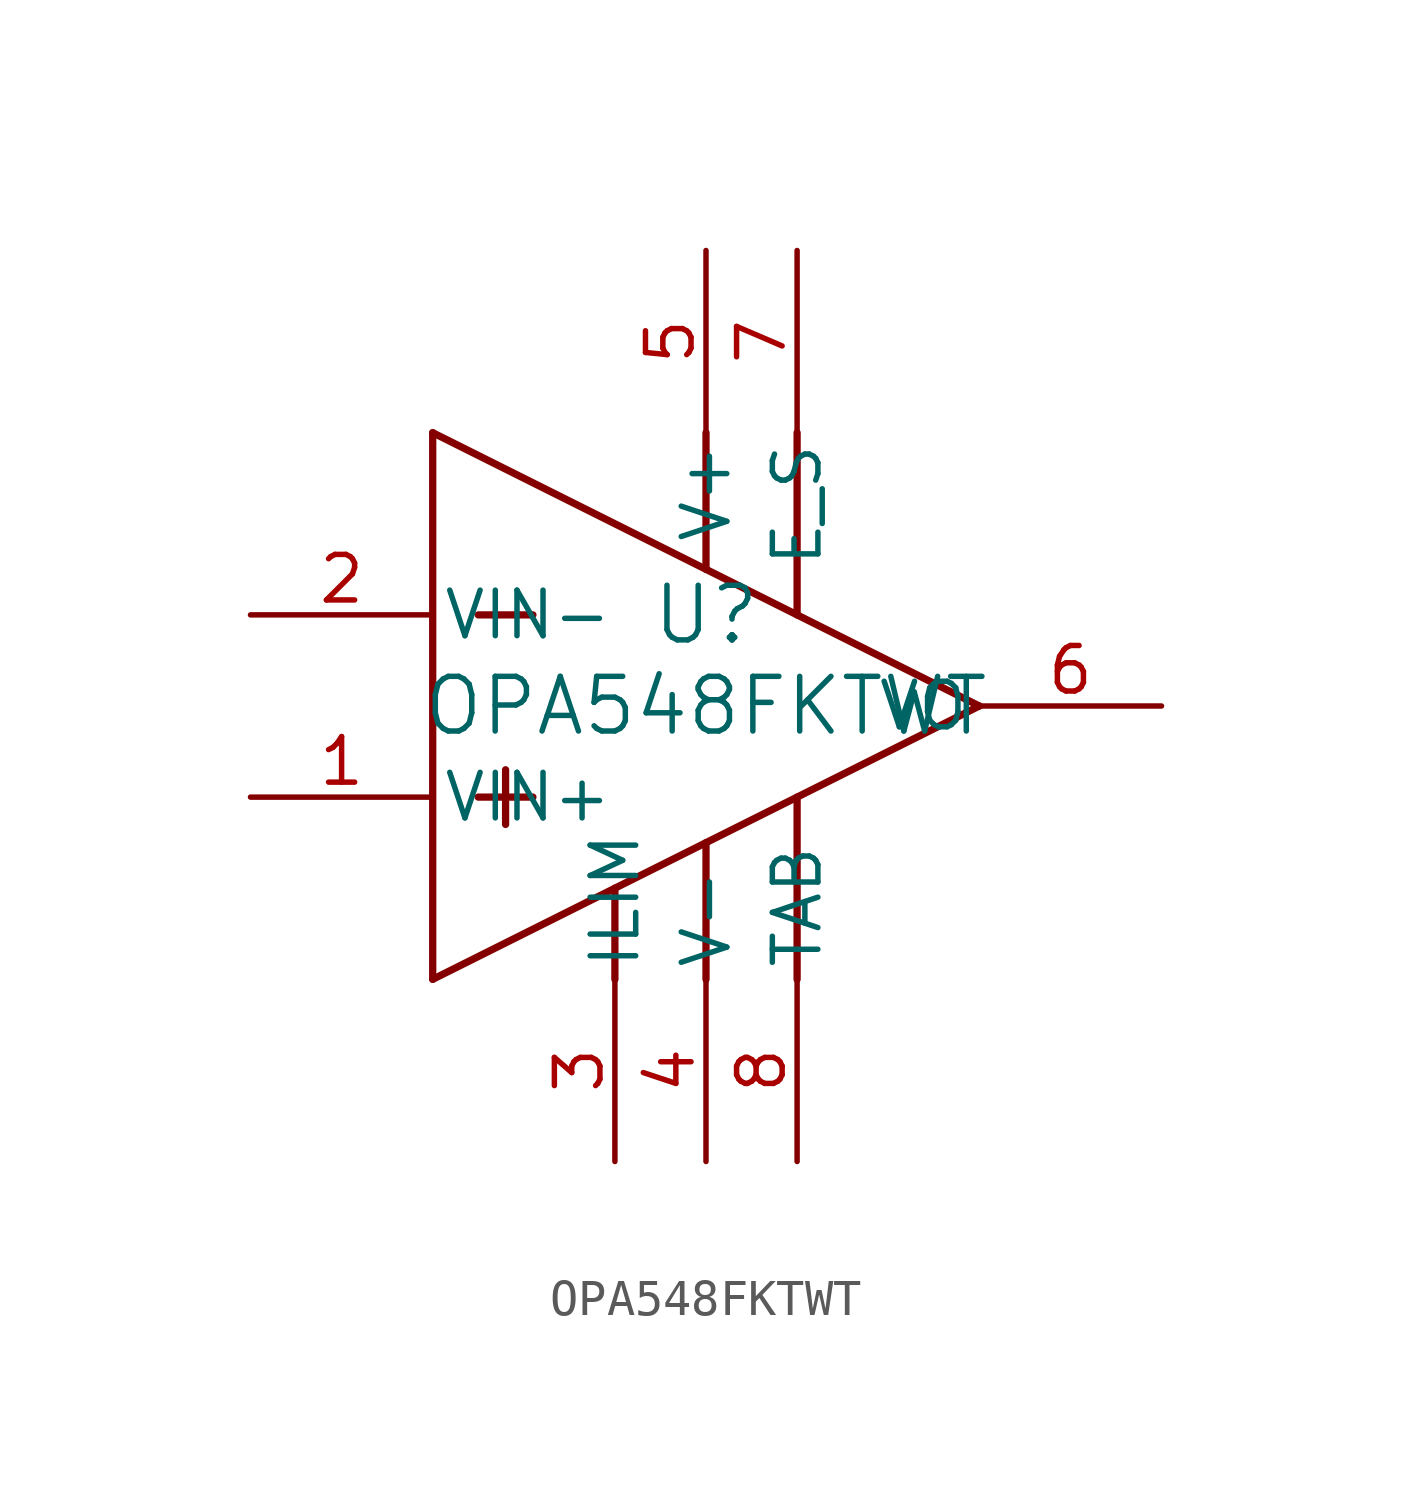
<source format=kicad_sym>
(kicad_symbol_lib
  (version 20220914)
  (generator kicad_symbol_editor)
  (symbol "OPA548FKTWT"
    (pin_names
      (offset 0.254))
    (property "Reference" "U"
      (at 0 2.54 0)
      (effects (font (size 1.524 1.524))))
    (property "Value" "OPA548FKTWT"
      (at 0 0 0)
      (effects (font (size 1.524 1.524))))
    (property "ki_locked" ""
      (at 0 0 0)
      (effects (font (size 1.27 1.27))))
    (symbol "OPA548FKTWT_0_1"
      (polyline (pts (xy -7.62 -7.62) (xy -7.62 7.62)) (stroke (width 0.203) (type default)) (fill (type none)))
      (polyline (pts (xy -7.62 7.62) (xy 7.62 0)) (stroke (width 0.203) (type default)) (fill (type none)))
      (polyline (pts (xy -6.35 -2.54) (xy -4.826 -2.54)) (stroke (width 0.203) (type default)) (fill (type none)))
      (polyline (pts (xy -6.35 2.54) (xy -4.826 2.54)) (stroke (width 0.203) (type default)) (fill (type none)))
      (polyline (pts (xy -5.588 -1.778) (xy -5.588 -3.302)) (stroke (width 0.203) (type default)) (fill (type none)))
      (polyline (pts (xy -2.54 -5.08) (xy -2.54 -7.62)) (stroke (width 0.203) (type default)) (fill (type none)))
      (polyline (pts (xy 0 -3.81) (xy 0 -7.62)) (stroke (width 0.203) (type default)) (fill (type none)))
      (polyline (pts (xy 0 7.62) (xy 0 3.81)) (stroke (width 0.203) (type default)) (fill (type none)))
      (polyline (pts (xy 2.54 -2.54) (xy 2.54 -7.62)) (stroke (width 0.203) (type default)) (fill (type none)))
      (polyline (pts (xy 2.54 7.62) (xy 2.54 2.54)) (stroke (width 0.203) (type default)) (fill (type none)))
      (polyline (pts (xy 7.62 0) (xy -7.62 -7.62)) (stroke (width 0.203) (type default)) (fill (type none)))
      (pin input line (at -12.7 -2.54 0) (length 5.08) (name "VIN+" (effects (font (size 1.27 1.27)))) (number "1" (effects (font (size 1.27 1.27)))))
      (pin input line (at -12.7 2.54 0) (length 5.08) (name "VIN-" (effects (font (size 1.27 1.27)))) (number "2" (effects (font (size 1.27 1.27)))))
      (pin input line (at -2.54 -12.7 90) (length 5.08) (name "ILIM" (effects (font (size 1.27 1.27)))) (number "3" (effects (font (size 1.27 1.27)))))
      (pin power_in line (at 0 -12.7 90) (length 5.08) (name "V-" (effects (font (size 1.27 1.27)))) (number "4" (effects (font (size 1.27 1.27)))))
      (pin power_in line (at 0 12.7 270) (length 5.08) (name "V+" (effects (font (size 1.27 1.27)))) (number "5" (effects (font (size 1.27 1.27)))))
      (pin output line (at 12.7 0 180) (length 5.08) (name "VO" (effects (font (size 1.27 1.27)))) (number "6" (effects (font (size 1.27 1.27)))))
      (pin input line (at 2.54 12.7 270) (length 5.08) (name "E_S" (effects (font (size 1.27 1.27)))) (number "7" (effects (font (size 1.27 1.27)))))
      (pin power_in line (at 2.54 -12.7 90) (length 5.08) (name "TAB" (effects (font (size 1.27 1.27)))) (number "8" (effects (font (size 1.27 1.27))))))))
</source>
